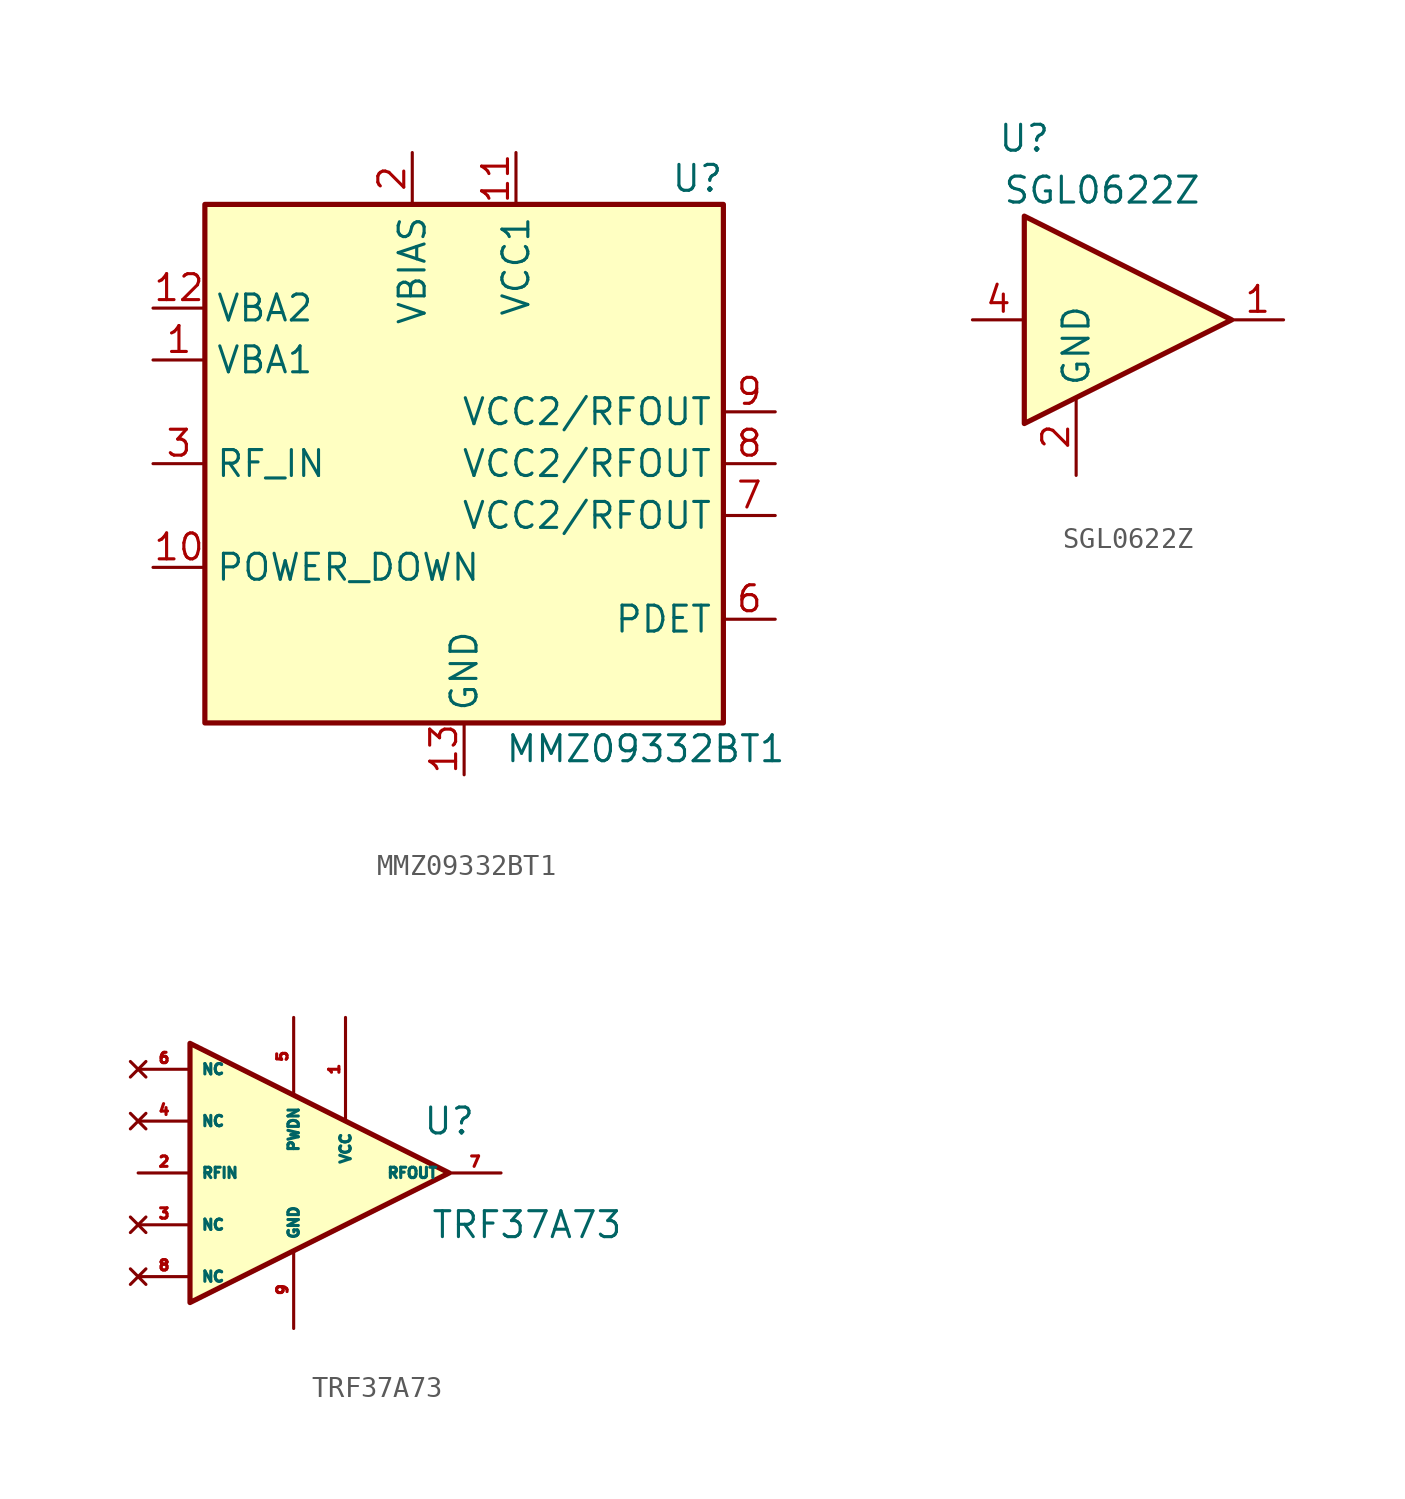
<source format=kicad_sym>
(kicad_symbol_lib
  (version 20200908)
  (generator kicad_symbol_editor)
  (symbol "RF_Amplifier:MMZ09332BT1"
    (property "Reference" "U"
      (at 11.43 13.97 0)
      (effects (font (size 1.27 1.27))))
    (property "Value" "MMZ09332BT1"
      (at 8.89 -13.97 0)
      (effects (font (size 1.27 1.27))))
    (symbol "MMZ09332BT1_0_1"
      (rectangle (start -12.7 12.7) (end 12.7 -12.7) (stroke (width 0.254)) (fill (type background))))
    (symbol "MMZ09332BT1_1_1"
      (pin input line (at -15.24 5.08 0) (length 2.54) (name "VBA1" (effects (font (size 1.27 1.27)))) (number "1" (effects (font (size 1.27 1.27)))))
      (pin input line (at -15.24 -5.08 0) (length 2.54) (name "POWER_DOWN" (effects (font (size 1.27 1.27)))) (number "10" (effects (font (size 1.27 1.27)))))
      (pin power_in line (at 2.54 15.24 270) (length 2.54) (name "VCC1" (effects (font (size 1.27 1.27)))) (number "11" (effects (font (size 1.27 1.27)))))
      (pin input line (at -15.24 7.62 0) (length 2.54) (name "VBA2" (effects (font (size 1.27 1.27)))) (number "12" (effects (font (size 1.27 1.27)))))
      (pin power_in line (at 0 -15.24 90) (length 2.54) (name "GND" (effects (font (size 1.27 1.27)))) (number "13" (effects (font (size 1.27 1.27)))))
      (pin power_in line (at -2.54 15.24 270) (length 2.54) (name "VBIAS" (effects (font (size 1.27 1.27)))) (number "2" (effects (font (size 1.27 1.27)))))
      (pin input line (at -15.24 0 0) (length 2.54) (name "RF_IN" (effects (font (size 1.27 1.27)))) (number "3" (effects (font (size 1.27 1.27)))))
      (pin unconnected line (at -5.08 -12.7 90) (length 2.54) hide (name "NC" (effects (font (size 1.27 1.27)))) (number "4" (effects (font (size 1.27 1.27)))))
      (pin unconnected line (at -7.62 -12.7 90) (length 2.54) hide (name "NC" (effects (font (size 1.27 1.27)))) (number "5" (effects (font (size 1.27 1.27)))))
      (pin output line (at 15.24 -7.62 180) (length 2.54) (name "PDET" (effects (font (size 1.27 1.27)))) (number "6" (effects (font (size 1.27 1.27)))))
      (pin input line (at 15.24 -2.54 180) (length 2.54) (name "VCC2/RFOUT" (effects (font (size 1.27 1.27)))) (number "7" (effects (font (size 1.27 1.27)))))
      (pin input line (at 15.24 0 180) (length 2.54) (name "VCC2/RFOUT" (effects (font (size 1.27 1.27)))) (number "8" (effects (font (size 1.27 1.27)))))
      (pin input line (at 15.24 2.54 180) (length 2.54) (name "VCC2/RFOUT" (effects (font (size 1.27 1.27)))) (number "9" (effects (font (size 1.27 1.27)))))))
  (symbol "RF_Amplifier:SGL0622Z"
    (property "Reference" "U"
      (at -5.08 8.89 0)
      (effects (font (size 1.27 1.27))))
    (property "Value" "SGL0622Z"
      (at -1.27 6.35 0)
      (effects (font (size 1.27 1.27))))
    (symbol "SGL0622Z_1_1"
      (polyline (pts (xy 5.08 0) (xy -5.08 5.08) (xy -5.08 -5.08) (xy 5.08 0)) (stroke (width 0.254)) (fill (type background)))
      (pin output line (at 7.62 0 180) (length 2.54) (name "~" (effects (font (size 1.27 1.27)))) (number "1" (effects (font (size 1.27 1.27)))))
      (pin power_in line (at -2.54 -7.62 90) (length 3.81) (name "GND" (effects (font (size 1.27 1.27)))) (number "2" (effects (font (size 1.27 1.27)))))
      (pin passive line (at -2.54 -7.62 90) (length 2.54) hide (name "GND" (effects (font (size 1.27 1.27)))) (number "3" (effects (font (size 1.27 1.27)))))
      (pin input line (at -7.62 0 0) (length 2.54) (name "~" (effects (font (size 1.27 1.27)))) (number "4" (effects (font (size 1.27 1.27)))))
      (pin passive line (at -2.54 -7.62 90) (length 2.54) hide (name "GND" (effects (font (size 1.27 1.27)))) (number "5" (effects (font (size 1.27 1.27)))))
      (pin passive line (at -2.54 -7.62 90) (length 2.54) hide (name "GND" (effects (font (size 1.27 1.27)))) (number "6" (effects (font (size 1.27 1.27)))))
      (pin passive line (at -2.54 -7.62 90) (length 2.54) hide (name "GND" (effects (font (size 1.27 1.27)))) (number "7" (effects (font (size 1.27 1.27)))))
      (pin passive line (at -2.54 -7.62 90) (length 2.54) hide (name "GND" (effects (font (size 1.27 1.27)))) (number "8" (effects (font (size 1.27 1.27)))))))
  (symbol "RF_Amplifier:TRF37A73"
    (property "Reference" "U"
      (at 7.62 2.54 0)
      (effects (font (size 1.27 1.27))))
    (property "Value" "TRF37A73"
      (at 11.43 -2.54 0)
      (effects (font (size 1.27 1.27))))
    (symbol "TRF37A73_1_1"
      (polyline (pts (xy -5.08 6.35) (xy -5.08 0) (xy -5.08 -6.35) (xy 7.62 0) (xy -5.08 6.35)) (stroke (width 0.254)) (fill (type background)))
      (pin power_in line (at 2.54 7.62 270) (length 5.08) (name "VCC" (effects (font (size 0.508 0.508)))) (number "1" (effects (font (size 0.508 0.508)))))
      (pin input line (at -7.62 0 0) (length 2.54) (name "RFIN" (effects (font (size 0.508 0.508)))) (number "2" (effects (font (size 0.508 0.508)))))
      (pin unconnected line (at -7.62 -2.54 0) (length 2.54) (name "NC" (effects (font (size 0.508 0.508)))) (number "3" (effects (font (size 0.508 0.508)))))
      (pin unconnected line (at -7.62 2.54 0) (length 2.54) (name "NC" (effects (font (size 0.508 0.508)))) (number "4" (effects (font (size 0.508 0.508)))))
      (pin passive line (at 0 7.62 270) (length 3.81) (name "PWDN" (effects (font (size 0.508 0.508)))) (number "5" (effects (font (size 0.508 0.508)))))
      (pin unconnected line (at -7.62 5.08 0) (length 2.54) (name "NC" (effects (font (size 0.508 0.508)))) (number "6" (effects (font (size 0.508 0.508)))))
      (pin output line (at 10.16 0 180) (length 2.54) (name "RFOUT" (effects (font (size 0.508 0.508)))) (number "7" (effects (font (size 0.508 0.508)))))
      (pin unconnected line (at -7.62 -5.08 0) (length 2.54) (name "NC" (effects (font (size 0.508 0.508)))) (number "8" (effects (font (size 0.508 0.508)))))
      (pin power_in line (at 0 -7.62 90) (length 3.81) (name "GND" (effects (font (size 0.508 0.508)))) (number "9" (effects (font (size 0.508 0.508))))))))
</source>
